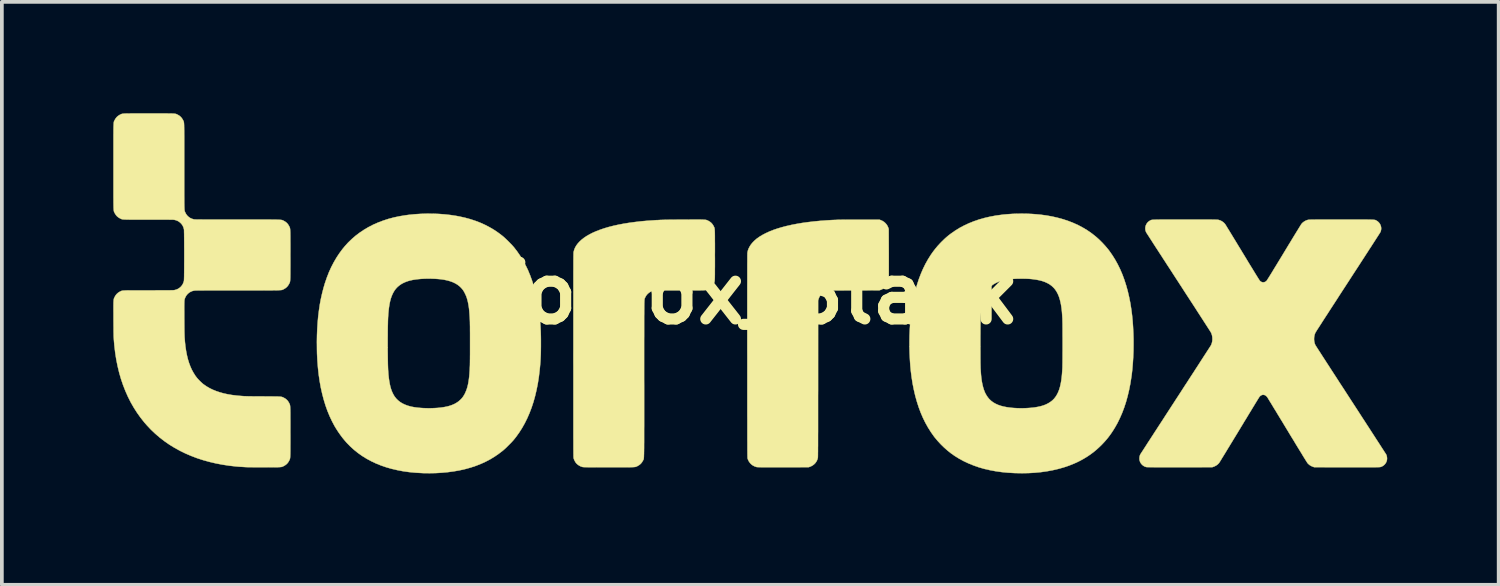
<source format=kicad_pcb>
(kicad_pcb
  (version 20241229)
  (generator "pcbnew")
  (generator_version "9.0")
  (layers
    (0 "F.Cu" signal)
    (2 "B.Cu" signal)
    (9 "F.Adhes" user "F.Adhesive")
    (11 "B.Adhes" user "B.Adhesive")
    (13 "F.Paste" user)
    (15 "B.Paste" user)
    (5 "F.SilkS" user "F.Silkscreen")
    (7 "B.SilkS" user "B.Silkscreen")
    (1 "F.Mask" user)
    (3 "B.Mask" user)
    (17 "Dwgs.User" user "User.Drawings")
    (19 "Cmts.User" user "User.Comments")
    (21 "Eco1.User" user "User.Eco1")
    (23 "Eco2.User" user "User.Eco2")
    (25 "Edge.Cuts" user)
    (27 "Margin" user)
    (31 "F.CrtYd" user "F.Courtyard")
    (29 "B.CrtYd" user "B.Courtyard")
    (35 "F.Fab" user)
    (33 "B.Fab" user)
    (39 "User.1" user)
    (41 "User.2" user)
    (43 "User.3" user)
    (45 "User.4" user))
  (footprint "Torrox_Black"
    (layer "F.Cu")
    (at 17.15 4.848)
    (property "Reference" "Torrox_Black" (at 0 0 0) (layer "F.SilkS") (effects (font (size 1.524 1.524) (thickness 0.3))))
    (attr through_hole)
    (fp_poly (pts (xy 3.512 -1.971) (xy 3.559 -1.95) (xy 3.603 -1.922) (xy 3.641 -1.888) (xy 3.674 -1.849) (xy 3.7 -1.805) (xy 3.716 -1.766) (xy 3.727 -1.734) (xy 3.73 -1.065) (xy 3.73 -0.99) (xy 3.73 -0.916) (xy 3.73 -0.846) (xy 3.73 -0.778) (xy 3.73 -0.713) (xy 3.73 -0.653) (xy 3.73 -0.597) (xy 3.73 -0.546) (xy 3.73 -0.5) (xy 3.73 -0.46) (xy 3.73 -0.426) (xy 3.729 -0.399) (xy 3.729 -0.379) (xy 3.729 -0.367) (xy 3.729 -0.364) (xy 3.72 -0.315) (xy 3.703 -0.268) (xy 3.679 -0.224) (xy 3.646 -0.183) (xy 3.637 -0.173) (xy 3.598 -0.14) (xy 3.555 -0.113) (xy 3.512 -0.094) (xy 3.478 -0.083) (xy 2.786 -0.08) (xy 2.695 -0.08) (xy 2.613 -0.08) (xy 2.538 -0.08) (xy 2.471 -0.079) (xy 2.411 -0.079) (xy 2.356 -0.079) (xy 2.308 -0.079) (xy 2.266 -0.078) (xy 2.229 -0.078) (xy 2.197 -0.077) (xy 2.169 -0.077) (xy 2.145 -0.076) (xy 2.124 -0.075) (xy 2.107 -0.074) (xy 2.093 -0.073) (xy 2.081 -0.072) (xy 2.071 -0.071) (xy 2.063 -0.069) (xy 2.056 -0.067) (xy 2.049 -0.065) (xy 2.043 -0.063) (xy 2.037 -0.061) (xy 2.03 -0.058) (xy 2.023 -0.055) (xy 1.98 -0.034) (xy 1.941 -0.005) (xy 1.906 0.029) (xy 1.877 0.07) (xy 1.853 0.114) (xy 1.836 0.16) (xy 1.827 0.193) (xy 1.826 2.299) (xy 1.826 2.459) (xy 1.826 2.612) (xy 1.825 2.756) (xy 1.825 2.893) (xy 1.825 3.022) (xy 1.825 3.143) (xy 1.825 3.258) (xy 1.825 3.365) (xy 1.825 3.466) (xy 1.825 3.56) (xy 1.825 3.648) (xy 1.825 3.73) (xy 1.824 3.806) (xy 1.824 3.876) (xy 1.824 3.941) (xy 1.824 4.001) (xy 1.824 4.056) (xy 1.824 4.106) (xy 1.823 4.151) (xy 1.823 4.192) (xy 1.823 4.229) (xy 1.823 4.262) (xy 1.822 4.292) (xy 1.822 4.318) (xy 1.822 4.34) (xy 1.822 4.36) (xy 1.821 4.377) (xy 1.821 4.391) (xy 1.821 4.403) (xy 1.82 4.412) (xy 1.82 4.42) (xy 1.819 4.426) (xy 1.819 4.431) (xy 1.818 4.434) (xy 1.818 4.434) (xy 1.803 4.483) (xy 1.781 4.528) (xy 1.752 4.569) (xy 1.716 4.605) (xy 1.676 4.635) (xy 1.63 4.659) (xy 1.607 4.668) (xy 1.573 4.68) (xy 0.883 4.681) (xy 0.793 4.681) (xy 0.712 4.681) (xy 0.638 4.681) (xy 0.571 4.681) (xy 0.512 4.681) (xy 0.458 4.681) (xy 0.411 4.681) (xy 0.37 4.681) (xy 0.333 4.681) (xy 0.302 4.681) (xy 0.275 4.68) (xy 0.252 4.68) (xy 0.233 4.68) (xy 0.217 4.679) (xy 0.204 4.679) (xy 0.193 4.678) (xy 0.185 4.678) (xy 0.178 4.677) (xy 0.172 4.676) (xy 0.167 4.675) (xy 0.163 4.674) (xy 0.161 4.673) (xy 0.112 4.656) (xy 0.067 4.632) (xy 0.027 4.602) (xy -0.008 4.565) (xy -0.038 4.523) (xy -0.061 4.476) (xy -0.071 4.447) (xy -0.071 4.445) (xy -0.072 4.443) (xy -0.072 4.44) (xy -0.072 4.436) (xy -0.073 4.431) (xy -0.073 4.425) (xy -0.074 4.417) (xy -0.074 4.408) (xy -0.074 4.397) (xy -0.075 4.383) (xy -0.075 4.368) (xy -0.075 4.35) (xy -0.076 4.33) (xy -0.076 4.307) (xy -0.076 4.28) (xy -0.076 4.251) (xy -0.077 4.218) (xy -0.077 4.182) (xy -0.077 4.142) (xy -0.077 4.098) (xy -0.077 4.05) (xy -0.077 3.997) (xy -0.078 3.94) (xy -0.078 3.878) (xy -0.078 3.811) (xy -0.078 3.74) (xy -0.078 3.662) (xy -0.078 3.58) (xy -0.078 3.491) (xy -0.078 3.397) (xy -0.079 3.297) (xy -0.079 3.19) (xy -0.079 3.077) (xy -0.079 2.957) (xy -0.079 2.83) (xy -0.079 2.697) (xy -0.079 2.556) (xy -0.079 2.407) (xy -0.079 2.251) (xy -0.079 2.087) (xy -0.079 1.915) (xy -0.079 1.735) (xy -0.079 1.683) (xy -0.08 1.482) (xy -0.08 1.29) (xy -0.08 1.106) (xy -0.08 0.93) (xy -0.08 0.763) (xy -0.08 0.603) (xy -0.08 0.451) (xy -0.08 0.307) (xy -0.08 0.171) (xy -0.08 0.042) (xy -0.08 -0.079) (xy -0.08 -0.193) (xy -0.079 -0.3) (xy -0.079 -0.399) (xy -0.079 -0.491) (xy -0.079 -0.577) (xy -0.079 -0.655) (xy -0.079 -0.727) (xy -0.079 -0.791) (xy -0.078 -0.85) (xy -0.078 -0.901) (xy -0.078 -0.947) (xy -0.078 -0.986) (xy -0.078 -1.018) (xy -0.077 -1.045) (xy -0.077 -1.066) (xy -0.077 -1.08) (xy -0.076 -1.089) (xy -0.076 -1.092) (xy -0.065 -1.148) (xy -0.045 -1.204) (xy -0.017 -1.259) (xy 0.018 -1.313) (xy 0.061 -1.366) (xy 0.111 -1.417) (xy 0.167 -1.466) (xy 0.182 -1.478) (xy 0.255 -1.529) (xy 0.336 -1.577) (xy 0.425 -1.623) (xy 0.521 -1.667) (xy 0.625 -1.708) (xy 0.737 -1.746) (xy 0.856 -1.781) (xy 0.982 -1.814) (xy 1.115 -1.844) (xy 1.256 -1.871) (xy 1.403 -1.896) (xy 1.557 -1.917) (xy 1.718 -1.936) (xy 1.885 -1.952) (xy 2.059 -1.965) (xy 2.081 -1.966) (xy 2.121 -1.969) (xy 2.159 -1.971) (xy 2.194 -1.973) (xy 2.229 -1.975) (xy 2.263 -1.976) (xy 2.297 -1.977) (xy 2.331 -1.979) (xy 2.367 -1.98) (xy 2.405 -1.98) (xy 2.445 -1.981) (xy 2.489 -1.982) (xy 2.537 -1.982) (xy 2.589 -1.983) (xy 2.646 -1.983) (xy 2.709 -1.983) (xy 2.779 -1.983) (xy 2.856 -1.983) (xy 2.94 -1.983) (xy 2.944 -1.983) (xy 3.478 -1.983) (xy 3.512 -1.971)) (stroke (width 0.01) (type solid)) (fill yes) (layer "F.SilkS"))
    (fp_poly (pts (xy 7.457 -2.143) (xy 7.589 -2.137) (xy 7.718 -2.127) (xy 7.806 -2.119) (xy 7.97 -2.097) (xy 8.127 -2.069) (xy 8.279 -2.034) (xy 8.425 -1.994) (xy 8.566 -1.947) (xy 8.701 -1.894) (xy 8.831 -1.835) (xy 8.955 -1.769) (xy 9.075 -1.697) (xy 9.188 -1.618) (xy 9.201 -1.609) (xy 9.295 -1.535) (xy 9.387 -1.454) (xy 9.475 -1.367) (xy 9.559 -1.276) (xy 9.637 -1.183) (xy 9.663 -1.149) (xy 9.744 -1.034) (xy 9.82 -0.913) (xy 9.891 -0.786) (xy 9.956 -0.654) (xy 10.016 -0.515) (xy 10.07 -0.369) (xy 10.119 -0.218) (xy 10.163 -0.06) (xy 10.201 0.104) (xy 10.235 0.275) (xy 10.261 0.445) (xy 10.28 0.592) (xy 10.295 0.745) (xy 10.306 0.903) (xy 10.314 1.066) (xy 10.319 1.23) (xy 10.319 1.395) (xy 10.317 1.56) (xy 10.31 1.724) (xy 10.3 1.884) (xy 10.287 2.04) (xy 10.27 2.19) (xy 10.261 2.252) (xy 10.233 2.43) (xy 10.199 2.602) (xy 10.16 2.767) (xy 10.116 2.926) (xy 10.066 3.078) (xy 10.011 3.223) (xy 9.95 3.362) (xy 9.885 3.495) (xy 9.813 3.622) (xy 9.738 3.74) (xy 9.689 3.81) (xy 9.642 3.873) (xy 9.593 3.933) (xy 9.542 3.992) (xy 9.487 4.051) (xy 9.449 4.09) (xy 9.383 4.153) (xy 9.319 4.211) (xy 9.255 4.264) (xy 9.188 4.315) (xy 9.117 4.365) (xy 9.085 4.387) (xy 8.967 4.459) (xy 8.844 4.525) (xy 8.716 4.584) (xy 8.581 4.638) (xy 8.441 4.685) (xy 8.296 4.726) (xy 8.146 4.761) (xy 7.99 4.79) (xy 7.829 4.813) (xy 7.663 4.829) (xy 7.492 4.839) (xy 7.317 4.842) (xy 7.136 4.839) (xy 7.11 4.838) (xy 6.938 4.828) (xy 6.771 4.812) (xy 6.609 4.789) (xy 6.452 4.76) (xy 6.301 4.725) (xy 6.154 4.683) (xy 6.014 4.634) (xy 5.878 4.579) (xy 5.748 4.518) (xy 5.624 4.451) (xy 5.505 4.377) (xy 5.404 4.306) (xy 5.31 4.231) (xy 5.218 4.15) (xy 5.13 4.064) (xy 5.046 3.973) (xy 4.968 3.88) (xy 4.942 3.846) (xy 4.861 3.731) (xy 4.785 3.61) (xy 4.714 3.483) (xy 4.649 3.35) (xy 4.589 3.211) (xy 4.535 3.066) (xy 4.486 2.914) (xy 4.442 2.757) (xy 4.404 2.592) (xy 4.37 2.422) (xy 4.344 2.252) (xy 4.325 2.105) (xy 4.31 1.952) (xy 4.299 1.793) (xy 4.291 1.631) (xy 4.286 1.467) (xy 4.286 1.358) (xy 6.195 1.358) (xy 6.195 1.429) (xy 6.195 1.498) (xy 6.196 1.566) (xy 6.196 1.632) (xy 6.196 1.696) (xy 6.196 1.756) (xy 6.197 1.812) (xy 6.197 1.863) (xy 6.198 1.909) (xy 6.199 1.949) (xy 6.2 1.982) (xy 6.2 2.008) (xy 6.201 2.021) (xy 6.206 2.101) (xy 6.211 2.173) (xy 6.217 2.238) (xy 6.224 2.298) (xy 6.232 2.354) (xy 6.241 2.407) (xy 6.249 2.446) (xy 6.269 2.529) (xy 6.293 2.605) (xy 6.321 2.675) (xy 6.355 2.738) (xy 6.393 2.796) (xy 6.436 2.848) (xy 6.485 2.894) (xy 6.54 2.935) (xy 6.6 2.97) (xy 6.667 3.001) (xy 6.74 3.027) (xy 6.82 3.048) (xy 6.907 3.065) (xy 7.001 3.078) (xy 7.016 3.08) (xy 7.1 3.087) (xy 7.19 3.092) (xy 7.283 3.094) (xy 7.376 3.093) (xy 7.446 3.09) (xy 7.55 3.083) (xy 7.646 3.073) (xy 7.735 3.058) (xy 7.818 3.04) (xy 7.893 3.018) (xy 7.962 2.991) (xy 8.025 2.959) (xy 8.082 2.923) (xy 8.134 2.883) (xy 8.18 2.837) (xy 8.221 2.785) (xy 8.256 2.729) (xy 8.288 2.666) (xy 8.315 2.598) (xy 8.338 2.524) (xy 8.356 2.446) (xy 8.366 2.395) (xy 8.375 2.342) (xy 8.382 2.286) (xy 8.389 2.224) (xy 8.395 2.158) (xy 8.4 2.084) (xy 8.404 2.021) (xy 8.405 2.001) (xy 8.406 1.973) (xy 8.406 1.938) (xy 8.407 1.897) (xy 8.408 1.849) (xy 8.408 1.796) (xy 8.409 1.739) (xy 8.409 1.678) (xy 8.409 1.614) (xy 8.41 1.547) (xy 8.41 1.479) (xy 8.41 1.409) (xy 8.41 1.338) (xy 8.41 1.268) (xy 8.41 1.199) (xy 8.409 1.13) (xy 8.409 1.064) (xy 8.409 1.001) (xy 8.409 0.941) (xy 8.408 0.885) (xy 8.408 0.834) (xy 8.407 0.788) (xy 8.406 0.748) (xy 8.405 0.715) (xy 8.405 0.689) (xy 8.404 0.675) (xy 8.399 0.596) (xy 8.394 0.524) (xy 8.388 0.458) (xy 8.381 0.398) (xy 8.373 0.343) (xy 8.364 0.29) (xy 8.356 0.251) (xy 8.336 0.168) (xy 8.312 0.091) (xy 8.283 0.021) (xy 8.25 -0.042) (xy 8.212 -0.1) (xy 8.168 -0.152) (xy 8.119 -0.198) (xy 8.065 -0.239) (xy 8.004 -0.274) (xy 7.937 -0.305) (xy 7.864 -0.331) (xy 7.784 -0.352) (xy 7.697 -0.369) (xy 7.602 -0.382) (xy 7.595 -0.383) (xy 7.52 -0.39) (xy 7.442 -0.394) (xy 7.36 -0.396) (xy 7.276 -0.396) (xy 7.193 -0.395) (xy 7.111 -0.391) (xy 7.033 -0.385) (xy 6.96 -0.377) (xy 6.9 -0.368) (xy 6.813 -0.351) (xy 6.733 -0.329) (xy 6.66 -0.302) (xy 6.593 -0.27) (xy 6.532 -0.233) (xy 6.478 -0.191) (xy 6.429 -0.143) (xy 6.386 -0.089) (xy 6.348 -0.03) (xy 6.315 0.036) (xy 6.287 0.108) (xy 6.276 0.143) (xy 6.262 0.194) (xy 6.249 0.249) (xy 6.238 0.308) (xy 6.228 0.373) (xy 6.219 0.444) (xy 6.212 0.522) (xy 6.205 0.607) (xy 6.201 0.675) (xy 6.2 0.695) (xy 6.199 0.723) (xy 6.199 0.758) (xy 6.198 0.8) (xy 6.197 0.848) (xy 6.197 0.9) (xy 6.196 0.957) (xy 6.196 1.018) (xy 6.196 1.083) (xy 6.195 1.149) (xy 6.195 1.218) (xy 6.195 1.288) (xy 6.195 1.358) (xy 4.286 1.358) (xy 4.286 1.301) (xy 4.288 1.136) (xy 4.295 0.973) (xy 4.305 0.813) (xy 4.318 0.657) (xy 4.335 0.507) (xy 4.344 0.445) (xy 4.372 0.267) (xy 4.405 0.097) (xy 4.444 -0.067) (xy 4.488 -0.225) (xy 4.537 -0.376) (xy 4.592 -0.521) (xy 4.652 -0.66) (xy 4.717 -0.793) (xy 4.788 -0.919) (xy 4.861 -1.035) (xy 4.92 -1.119) (xy 4.98 -1.197) (xy 5.043 -1.273) (xy 5.112 -1.348) (xy 5.156 -1.393) (xy 5.203 -1.439) (xy 5.246 -1.48) (xy 5.288 -1.517) (xy 5.331 -1.553) (xy 5.376 -1.588) (xy 5.404 -1.609) (xy 5.517 -1.688) (xy 5.635 -1.761) (xy 5.759 -1.827) (xy 5.888 -1.887) (xy 6.023 -1.941) (xy 6.163 -1.989) (xy 6.309 -2.03) (xy 6.46 -2.065) (xy 6.617 -2.094) (xy 6.779 -2.116) (xy 6.799 -2.119) (xy 6.923 -2.13) (xy 7.053 -2.139) (xy 7.186 -2.144) (xy 7.322 -2.145) (xy 7.457 -2.143)) (stroke (width 0.01) (type solid)) (fill yes) (layer "F.SilkS"))
    (fp_poly (pts (xy -8.544 -2.144) (xy -8.383 -2.138) (xy -8.225 -2.126) (xy -8.071 -2.109) (xy -7.921 -2.086) (xy -7.835 -2.07) (xy -7.685 -2.037) (xy -7.542 -1.998) (xy -7.404 -1.953) (xy -7.271 -1.902) (xy -7.144 -1.845) (xy -7.021 -1.781) (xy -6.903 -1.712) (xy -6.789 -1.635) (xy -6.679 -1.552) (xy -6.661 -1.537) (xy -6.639 -1.519) (xy -6.613 -1.495) (xy -6.583 -1.467) (xy -6.551 -1.436) (xy -6.518 -1.404) (xy -6.485 -1.371) (xy -6.453 -1.338) (xy -6.423 -1.308) (xy -6.398 -1.28) (xy -6.377 -1.256) (xy -6.37 -1.249) (xy -6.282 -1.136) (xy -6.2 -1.018) (xy -6.123 -0.894) (xy -6.053 -0.764) (xy -5.987 -0.629) (xy -5.928 -0.487) (xy -5.874 -0.339) (xy -5.825 -0.185) (xy -5.782 -0.025) (xy -5.745 0.141) (xy -5.713 0.314) (xy -5.687 0.493) (xy -5.671 0.627) (xy -5.664 0.697) (xy -5.658 0.764) (xy -5.652 0.828) (xy -5.648 0.891) (xy -5.645 0.955) (xy -5.642 1.02) (xy -5.64 1.088) (xy -5.638 1.16) (xy -5.637 1.237) (xy -5.637 1.321) (xy -5.637 1.348) (xy -5.637 1.435) (xy -5.638 1.514) (xy -5.639 1.587) (xy -5.641 1.656) (xy -5.644 1.722) (xy -5.647 1.786) (xy -5.651 1.849) (xy -5.656 1.913) (xy -5.662 1.979) (xy -5.669 2.048) (xy -5.671 2.07) (xy -5.693 2.254) (xy -5.721 2.431) (xy -5.755 2.602) (xy -5.794 2.767) (xy -5.838 2.925) (xy -5.888 3.077) (xy -5.944 3.223) (xy -6.005 3.363) (xy -6.072 3.498) (xy -6.144 3.626) (xy -6.222 3.748) (xy -6.306 3.865) (xy -6.37 3.945) (xy -6.389 3.967) (xy -6.414 3.994) (xy -6.442 4.024) (xy -6.473 4.055) (xy -6.506 4.088) (xy -6.539 4.121) (xy -6.571 4.153) (xy -6.602 4.182) (xy -6.63 4.207) (xy -6.654 4.228) (xy -6.661 4.234) (xy -6.771 4.318) (xy -6.884 4.396) (xy -7.001 4.467) (xy -7.123 4.531) (xy -7.249 4.589) (xy -7.381 4.641) (xy -7.518 4.687) (xy -7.66 4.727) (xy -7.809 4.761) (xy -7.835 4.767) (xy -7.986 4.793) (xy -8.142 4.814) (xy -8.303 4.829) (xy -8.468 4.839) (xy -8.636 4.842) (xy -8.807 4.84) (xy -8.843 4.838) (xy -9.017 4.828) (xy -9.184 4.812) (xy -9.347 4.789) (xy -9.504 4.759) (xy -9.655 4.724) (xy -9.802 4.682) (xy -9.942 4.634) (xy -10.078 4.579) (xy -10.207 4.518) (xy -10.331 4.451) (xy -10.45 4.377) (xy -10.563 4.297) (xy -10.67 4.211) (xy -10.772 4.118) (xy -10.868 4.02) (xy -10.918 3.962) (xy -10.977 3.891) (xy -11.035 3.813) (xy -11.092 3.732) (xy -11.145 3.65) (xy -11.193 3.571) (xy -11.261 3.442) (xy -11.325 3.307) (xy -11.383 3.166) (xy -11.436 3.018) (xy -11.483 2.864) (xy -11.525 2.704) (xy -11.562 2.538) (xy -11.593 2.366) (xy -11.619 2.188) (xy -11.639 2.005) (xy -11.654 1.816) (xy -11.664 1.621) (xy -11.666 1.506) (xy -11.667 1.367) (xy -9.762 1.367) (xy -9.762 1.45) (xy -9.762 1.533) (xy -9.761 1.613) (xy -9.76 1.692) (xy -9.759 1.767) (xy -9.758 1.837) (xy -9.757 1.903) (xy -9.755 1.964) (xy -9.753 2.018) (xy -9.751 2.064) (xy -9.749 2.087) (xy -9.742 2.187) (xy -9.732 2.279) (xy -9.72 2.363) (xy -9.706 2.441) (xy -9.69 2.513) (xy -9.671 2.578) (xy -9.649 2.638) (xy -9.624 2.693) (xy -9.597 2.744) (xy -9.575 2.778) (xy -9.534 2.831) (xy -9.485 2.88) (xy -9.431 2.923) (xy -9.369 2.962) (xy -9.301 2.995) (xy -9.227 3.023) (xy -9.146 3.046) (xy -9.121 3.052) (xy -9.051 3.065) (xy -8.974 3.076) (xy -8.891 3.084) (xy -8.804 3.09) (xy -8.714 3.093) (xy -8.622 3.094) (xy -8.53 3.091) (xy -8.509 3.09) (xy -8.409 3.084) (xy -8.317 3.074) (xy -8.232 3.061) (xy -8.153 3.045) (xy -8.082 3.025) (xy -8.016 3.001) (xy -7.956 2.974) (xy -7.901 2.942) (xy -7.851 2.907) (xy -7.807 2.868) (xy -7.773 2.834) (xy -7.744 2.799) (xy -7.719 2.762) (xy -7.694 2.72) (xy -7.681 2.695) (xy -7.661 2.65) (xy -7.642 2.603) (xy -7.625 2.553) (xy -7.61 2.5) (xy -7.597 2.443) (xy -7.586 2.382) (xy -7.576 2.316) (xy -7.567 2.244) (xy -7.56 2.166) (xy -7.554 2.081) (xy -7.55 1.988) (xy -7.548 1.947) (xy -7.547 1.924) (xy -7.547 1.894) (xy -7.546 1.856) (xy -7.546 1.812) (xy -7.545 1.763) (xy -7.545 1.708) (xy -7.544 1.65) (xy -7.544 1.588) (xy -7.544 1.524) (xy -7.544 1.458) (xy -7.544 1.39) (xy -7.544 1.322) (xy -7.544 1.254) (xy -7.544 1.188) (xy -7.544 1.123) (xy -7.544 1.06) (xy -7.545 1.001) (xy -7.545 0.946) (xy -7.545 0.895) (xy -7.546 0.85) (xy -7.547 0.811) (xy -7.547 0.779) (xy -7.548 0.754) (xy -7.548 0.749) (xy -7.552 0.655) (xy -7.558 0.569) (xy -7.564 0.49) (xy -7.571 0.417) (xy -7.58 0.35) (xy -7.591 0.288) (xy -7.602 0.23) (xy -7.616 0.176) (xy -7.631 0.124) (xy -7.635 0.112) (xy -7.646 0.081) (xy -7.661 0.046) (xy -7.678 0.01) (xy -7.696 -0.026) (xy -7.714 -0.058) (xy -7.732 -0.085) (xy -7.74 -0.097) (xy -7.783 -0.148) (xy -7.831 -0.194) (xy -7.885 -0.235) (xy -7.944 -0.27) (xy -8.009 -0.301) (xy -8.081 -0.327) (xy -8.159 -0.349) (xy -8.245 -0.367) (xy -8.251 -0.368) (xy -8.326 -0.379) (xy -8.409 -0.387) (xy -8.496 -0.393) (xy -8.586 -0.396) (xy -8.677 -0.397) (xy -8.769 -0.395) (xy -8.859 -0.39) (xy -8.945 -0.382) (xy -8.996 -0.376) (xy -9.087 -0.362) (xy -9.172 -0.343) (xy -9.249 -0.319) (xy -9.32 -0.29) (xy -9.384 -0.257) (xy -9.442 -0.218) (xy -9.494 -0.175) (xy -9.506 -0.163) (xy -9.543 -0.123) (xy -9.576 -0.079) (xy -9.606 -0.03) (xy -9.633 0.023) (xy -9.657 0.08) (xy -9.679 0.144) (xy -9.697 0.213) (xy -9.713 0.288) (xy -9.726 0.37) (xy -9.737 0.46) (xy -9.746 0.556) (xy -9.749 0.61) (xy -9.752 0.652) (xy -9.754 0.702) (xy -9.756 0.758) (xy -9.757 0.821) (xy -9.759 0.889) (xy -9.76 0.962) (xy -9.761 1.039) (xy -9.761 1.118) (xy -9.762 1.2) (xy -9.762 1.283) (xy -9.762 1.367) (xy -11.667 1.367) (xy -11.668 1.315) (xy -11.665 1.131) (xy -11.658 0.954) (xy -11.647 0.782) (xy -11.632 0.617) (xy -11.612 0.457) (xy -11.589 0.302) (xy -11.561 0.151) (xy -11.528 0.004) (xy -11.491 -0.139) (xy -11.45 -0.279) (xy -11.448 -0.284) (xy -11.398 -0.429) (xy -11.343 -0.57) (xy -11.281 -0.706) (xy -11.213 -0.837) (xy -11.14 -0.962) (xy -11.061 -1.081) (xy -10.978 -1.193) (xy -10.918 -1.266) (xy -10.826 -1.368) (xy -10.727 -1.463) (xy -10.623 -1.553) (xy -10.513 -1.636) (xy -10.398 -1.713) (xy -10.277 -1.784) (xy -10.151 -1.849) (xy -10.019 -1.907) (xy -9.881 -1.959) (xy -9.739 -2.005) (xy -9.591 -2.044) (xy -9.438 -2.076) (xy -9.28 -2.102) (xy -9.19 -2.114) (xy -9.03 -2.13) (xy -8.869 -2.14) (xy -8.706 -2.145) (xy -8.544 -2.144)) (stroke (width 0.01) (type solid)) (fill yes) (layer "F.SilkS"))
    (fp_poly (pts (xy -1.397 -1.985) (xy -1.358 -1.985) (xy -1.323 -1.985) (xy -1.293 -1.984) (xy -1.267 -1.983) (xy -1.245 -1.982) (xy -1.227 -1.981) (xy -1.211 -1.98) (xy -1.198 -1.978) (xy -1.187 -1.976) (xy -1.177 -1.973) (xy -1.169 -1.971) (xy -1.161 -1.967) (xy -1.153 -1.964) (xy -1.145 -1.96) (xy -1.136 -1.955) (xy -1.132 -1.954) (xy -1.088 -1.928) (xy -1.05 -1.898) (xy -1.018 -1.862) (xy -0.991 -1.819) (xy -0.984 -1.806) (xy -0.98 -1.797) (xy -0.977 -1.79) (xy -0.973 -1.783) (xy -0.97 -1.776) (xy -0.967 -1.769) (xy -0.965 -1.761) (xy -0.963 -1.752) (xy -0.961 -1.742) (xy -0.959 -1.729) (xy -0.958 -1.714) (xy -0.957 -1.696) (xy -0.956 -1.676) (xy -0.955 -1.651) (xy -0.954 -1.623) (xy -0.954 -1.59) (xy -0.953 -1.552) (xy -0.953 -1.509) (xy -0.953 -1.461) (xy -0.953 -1.406) (xy -0.952 -1.345) (xy -0.952 -1.277) (xy -0.952 -1.202) (xy -0.952 -1.119) (xy -0.953 -1.033) (xy -0.952 -0.942) (xy -0.952 -0.86) (xy -0.952 -0.785) (xy -0.952 -0.718) (xy -0.953 -0.657) (xy -0.953 -0.603) (xy -0.953 -0.554) (xy -0.953 -0.512) (xy -0.954 -0.474) (xy -0.954 -0.442) (xy -0.955 -0.413) (xy -0.956 -0.389) (xy -0.957 -0.368) (xy -0.958 -0.351) (xy -0.959 -0.336) (xy -0.961 -0.324) (xy -0.963 -0.313) (xy -0.965 -0.304) (xy -0.968 -0.296) (xy -0.97 -0.289) (xy -0.973 -0.282) (xy -0.977 -0.276) (xy -0.98 -0.268) (xy -0.984 -0.26) (xy -1.01 -0.216) (xy -1.04 -0.178) (xy -1.076 -0.146) (xy -1.119 -0.119) (xy -1.132 -0.112) (xy -1.141 -0.108) (xy -1.148 -0.104) (xy -1.155 -0.101) (xy -1.162 -0.098) (xy -1.169 -0.095) (xy -1.177 -0.093) (xy -1.186 -0.091) (xy -1.197 -0.089) (xy -1.21 -0.087) (xy -1.225 -0.086) (xy -1.243 -0.084) (xy -1.264 -0.083) (xy -1.289 -0.083) (xy -1.317 -0.082) (xy -1.351 -0.081) (xy -1.389 -0.081) (xy -1.432 -0.081) (xy -1.481 -0.081) (xy -1.536 -0.08) (xy -1.598 -0.08) (xy -1.667 -0.08) (xy -1.743 -0.08) (xy -1.827 -0.08) (xy -1.894 -0.08) (xy -1.983 -0.08) (xy -2.064 -0.08) (xy -2.137 -0.08) (xy -2.203 -0.08) (xy -2.262 -0.08) (xy -2.315 -0.08) (xy -2.362 -0.08) (xy -2.403 -0.08) (xy -2.439 -0.079) (xy -2.47 -0.079) (xy -2.496 -0.079) (xy -2.518 -0.078) (xy -2.537 -0.078) (xy -2.553 -0.077) (xy -2.565 -0.077) (xy -2.575 -0.076) (xy -2.584 -0.075) (xy -2.59 -0.074) (xy -2.593 -0.074) (xy -2.643 -0.061) (xy -2.689 -0.041) (xy -2.731 -0.014) (xy -2.768 0.019) (xy -2.8 0.058) (xy -2.825 0.102) (xy -2.832 0.116) (xy -2.834 0.121) (xy -2.836 0.124) (xy -2.837 0.128) (xy -2.839 0.131) (xy -2.84 0.134) (xy -2.842 0.138) (xy -2.843 0.142) (xy -2.845 0.147) (xy -2.846 0.153) (xy -2.847 0.16) (xy -2.848 0.168) (xy -2.849 0.178) (xy -2.85 0.19) (xy -2.851 0.204) (xy -2.852 0.22) (xy -2.852 0.239) (xy -2.853 0.26) (xy -2.854 0.284) (xy -2.854 0.312) (xy -2.855 0.343) (xy -2.855 0.377) (xy -2.855 0.416) (xy -2.856 0.458) (xy -2.856 0.505) (xy -2.856 0.556) (xy -2.857 0.612) (xy -2.857 0.673) (xy -2.857 0.739) (xy -2.857 0.81) (xy -2.857 0.887) (xy -2.857 0.97) (xy -2.857 1.059) (xy -2.857 1.154) (xy -2.858 1.255) (xy -2.858 1.364) (xy -2.858 1.479) (xy -2.858 1.602) (xy -2.858 1.731) (xy -2.858 1.869) (xy -2.858 2.014) (xy -2.858 2.167) (xy -2.858 2.312) (xy -2.857 2.473) (xy -2.857 2.625) (xy -2.857 2.769) (xy -2.857 2.906) (xy -2.857 3.035) (xy -2.857 3.156) (xy -2.857 3.271) (xy -2.857 3.378) (xy -2.857 3.479) (xy -2.857 3.573) (xy -2.858 3.661) (xy -2.858 3.743) (xy -2.858 3.819) (xy -2.858 3.89) (xy -2.858 3.955) (xy -2.858 4.016) (xy -2.859 4.071) (xy -2.859 4.121) (xy -2.859 4.167) (xy -2.86 4.209) (xy -2.86 4.247) (xy -2.861 4.281) (xy -2.861 4.311) (xy -2.862 4.338) (xy -2.863 4.362) (xy -2.863 4.383) (xy -2.864 4.401) (xy -2.865 4.416) (xy -2.866 4.43) (xy -2.867 4.441) (xy -2.868 4.451) (xy -2.87 4.459) (xy -2.871 4.465) (xy -2.872 4.471) (xy -2.874 4.475) (xy -2.876 4.479) (xy -2.877 4.482) (xy -2.879 4.485) (xy -2.881 4.488) (xy -2.883 4.491) (xy -2.885 4.495) (xy -2.888 4.499) (xy -2.889 4.502) (xy -2.915 4.547) (xy -2.945 4.584) (xy -2.981 4.616) (xy -3.024 4.643) (xy -3.037 4.65) (xy -3.046 4.654) (xy -3.053 4.658) (xy -3.06 4.661) (xy -3.067 4.664) (xy -3.074 4.667) (xy -3.082 4.67) (xy -3.091 4.672) (xy -3.101 4.674) (xy -3.114 4.675) (xy -3.128 4.677) (xy -3.146 4.678) (xy -3.167 4.679) (xy -3.191 4.68) (xy -3.22 4.68) (xy -3.252 4.681) (xy -3.29 4.681) (xy -3.333 4.682) (xy -3.381 4.682) (xy -3.436 4.682) (xy -3.496 4.682) (xy -3.564 4.682) (xy -3.639 4.682) (xy -3.722 4.682) (xy -3.812 4.682) (xy -3.813 4.682) (xy -3.902 4.682) (xy -3.983 4.682) (xy -4.056 4.682) (xy -4.122 4.682) (xy -4.181 4.681) (xy -4.233 4.681) (xy -4.28 4.681) (xy -4.321 4.681) (xy -4.356 4.681) (xy -4.387 4.68) (xy -4.413 4.68) (xy -4.436 4.68) (xy -4.455 4.679) (xy -4.47 4.679) (xy -4.483 4.678) (xy -4.493 4.678) (xy -4.501 4.677) (xy -4.508 4.676) (xy -4.514 4.675) (xy -4.518 4.674) (xy -4.52 4.674) (xy -4.565 4.659) (xy -4.607 4.637) (xy -4.647 4.61) (xy -4.681 4.578) (xy -4.692 4.566) (xy -4.709 4.541) (xy -4.726 4.511) (xy -4.741 4.48) (xy -4.752 4.449) (xy -4.756 4.434) (xy -4.756 4.431) (xy -4.757 4.427) (xy -4.757 4.423) (xy -4.757 4.416) (xy -4.758 4.408) (xy -4.758 4.398) (xy -4.759 4.387) (xy -4.759 4.373) (xy -4.759 4.356) (xy -4.759 4.337) (xy -4.76 4.315) (xy -4.76 4.29) (xy -4.76 4.262) (xy -4.76 4.231) (xy -4.761 4.196) (xy -4.761 4.158) (xy -4.761 4.115) (xy -4.761 4.068) (xy -4.761 4.017) (xy -4.761 3.962) (xy -4.762 3.902) (xy -4.762 3.837) (xy -4.762 3.766) (xy -4.762 3.691) (xy -4.762 3.61) (xy -4.762 3.523) (xy -4.762 3.431) (xy -4.762 3.333) (xy -4.762 3.228) (xy -4.762 3.117) (xy -4.762 2.999) (xy -4.762 2.875) (xy -4.762 2.743) (xy -4.762 2.605) (xy -4.762 2.459) (xy -4.762 2.305) (xy -4.762 2.144) (xy -4.762 1.974) (xy -4.763 1.797) (xy -4.763 1.662) (xy -4.762 1.479) (xy -4.762 1.303) (xy -4.762 1.136) (xy -4.762 0.976) (xy -4.762 0.825) (xy -4.762 0.68) (xy -4.762 0.543) (xy -4.762 0.414) (xy -4.762 0.291) (xy -4.762 0.175) (xy -4.762 0.065) (xy -4.762 -0.038) (xy -4.762 -0.135) (xy -4.762 -0.226) (xy -4.762 -0.311) (xy -4.762 -0.391) (xy -4.762 -0.465) (xy -4.762 -0.534) (xy -4.762 -0.598) (xy -4.761 -0.657) (xy -4.761 -0.711) (xy -4.761 -0.761) (xy -4.761 -0.807) (xy -4.761 -0.849) (xy -4.761 -0.886) (xy -4.76 -0.92) (xy -4.76 -0.951) (xy -4.76 -0.978) (xy -4.76 -1.002) (xy -4.759 -1.023) (xy -4.759 -1.042) (xy -4.759 -1.057) (xy -4.758 -1.071) (xy -4.758 -1.082) (xy -4.758 -1.091) (xy -4.757 -1.099) (xy -4.757 -1.105) (xy -4.756 -1.109) (xy -4.756 -1.112) (xy -4.756 -1.113) (xy -4.74 -1.172) (xy -4.717 -1.229) (xy -4.685 -1.286) (xy -4.645 -1.34) (xy -4.597 -1.393) (xy -4.541 -1.445) (xy -4.478 -1.494) (xy -4.407 -1.542) (xy -4.328 -1.587) (xy -4.253 -1.626) (xy -4.154 -1.67) (xy -4.048 -1.711) (xy -3.934 -1.75) (xy -3.812 -1.786) (xy -3.683 -1.819) (xy -3.546 -1.849) (xy -3.403 -1.876) (xy -3.253 -1.9) (xy -3.096 -1.921) (xy -2.933 -1.94) (xy -2.763 -1.955) (xy -2.599 -1.966) (xy -2.561 -1.969) (xy -2.524 -1.971) (xy -2.49 -1.972) (xy -2.457 -1.974) (xy -2.425 -1.976) (xy -2.393 -1.977) (xy -2.36 -1.978) (xy -2.325 -1.979) (xy -2.289 -1.98) (xy -2.25 -1.981) (xy -2.208 -1.981) (xy -2.162 -1.982) (xy -2.111 -1.982) (xy -2.055 -1.983) (xy -1.993 -1.983) (xy -1.925 -1.984) (xy -1.849 -1.984) (xy -1.773 -1.984) (xy -1.692 -1.984) (xy -1.619 -1.985) (xy -1.553 -1.985) (xy -1.495 -1.985) (xy -1.443 -1.985) (xy -1.397 -1.985)) (stroke (width 0.01) (type solid)) (fill yes) (layer "F.SilkS"))
    (fp_poly (pts (xy 16.277 -1.985) (xy 16.348 -1.985) (xy 16.414 -1.985) (xy 16.473 -1.985) (xy 16.525 -1.985) (xy 16.573 -1.985) (xy 16.615 -1.985) (xy 16.652 -1.984) (xy 16.684 -1.984) (xy 16.712 -1.983) (xy 16.736 -1.983) (xy 16.757 -1.982) (xy 16.774 -1.981) (xy 16.789 -1.98) (xy 16.801 -1.979) (xy 16.811 -1.977) (xy 16.819 -1.976) (xy 16.826 -1.974) (xy 16.832 -1.973) (xy 16.837 -1.971) (xy 16.841 -1.968) (xy 16.846 -1.966) (xy 16.851 -1.963) (xy 16.855 -1.961) (xy 16.892 -1.938) (xy 16.923 -1.909) (xy 16.949 -1.876) (xy 16.968 -1.839) (xy 16.981 -1.8) (xy 16.987 -1.759) (xy 16.985 -1.717) (xy 16.976 -1.675) (xy 16.966 -1.65) (xy 16.963 -1.644) (xy 16.955 -1.633) (xy 16.944 -1.614) (xy 16.928 -1.589) (xy 16.908 -1.558) (xy 16.884 -1.521) (xy 16.857 -1.479) (xy 16.826 -1.431) (xy 16.792 -1.378) (xy 16.755 -1.321) (xy 16.715 -1.258) (xy 16.671 -1.192) (xy 16.626 -1.121) (xy 16.577 -1.046) (xy 16.527 -0.968) (xy 16.474 -0.887) (xy 16.419 -0.802) (xy 16.363 -0.715) (xy 16.304 -0.625) (xy 16.244 -0.533) (xy 16.183 -0.439) (xy 16.121 -0.343) (xy 16.095 -0.303) (xy 16.032 -0.206) (xy 15.97 -0.111) (xy 15.909 -0.017) (xy 15.85 0.074) (xy 15.793 0.163) (xy 15.737 0.249) (xy 15.683 0.332) (xy 15.631 0.412) (xy 15.582 0.488) (xy 15.535 0.561) (xy 15.49 0.63) (xy 15.448 0.695) (xy 15.409 0.755) (xy 15.374 0.811) (xy 15.341 0.861) (xy 15.312 0.907) (xy 15.286 0.946) (xy 15.264 0.981) (xy 15.246 1.009) (xy 15.233 1.031) (xy 15.223 1.046) (xy 15.218 1.055) (xy 15.217 1.056) (xy 15.198 1.102) (xy 15.186 1.151) (xy 15.18 1.202) (xy 15.18 1.254) (xy 15.186 1.305) (xy 15.198 1.353) (xy 15.215 1.394) (xy 15.218 1.399) (xy 15.226 1.411) (xy 15.238 1.43) (xy 15.254 1.455) (xy 15.274 1.486) (xy 15.298 1.524) (xy 15.326 1.567) (xy 15.357 1.615) (xy 15.391 1.668) (xy 15.429 1.727) (xy 15.47 1.79) (xy 15.513 1.857) (xy 15.56 1.929) (xy 15.609 2.005) (xy 15.66 2.084) (xy 15.714 2.167) (xy 15.77 2.253) (xy 15.828 2.343) (xy 15.887 2.435) (xy 15.949 2.529) (xy 16.012 2.626) (xy 16.076 2.725) (xy 16.141 2.825) (xy 16.171 2.872) (xy 16.237 2.973) (xy 16.302 3.073) (xy 16.365 3.17) (xy 16.427 3.266) (xy 16.487 3.359) (xy 16.546 3.449) (xy 16.602 3.536) (xy 16.657 3.62) (xy 16.709 3.701) (xy 16.759 3.778) (xy 16.807 3.852) (xy 16.851 3.921) (xy 16.893 3.985) (xy 16.932 4.045) (xy 16.968 4.101) (xy 17 4.151) (xy 17.029 4.196) (xy 17.055 4.235) (xy 17.076 4.269) (xy 17.094 4.296) (xy 17.108 4.317) (xy 17.117 4.332) (xy 17.122 4.34) (xy 17.123 4.342) (xy 17.135 4.373) (xy 17.142 4.408) (xy 17.145 4.446) (xy 17.142 4.482) (xy 17.139 4.502) (xy 17.124 4.543) (xy 17.102 4.581) (xy 17.074 4.614) (xy 17.041 4.641) (xy 17.003 4.663) (xy 16.965 4.676) (xy 16.961 4.676) (xy 16.956 4.677) (xy 16.949 4.678) (xy 16.94 4.678) (xy 16.929 4.679) (xy 16.915 4.679) (xy 16.898 4.68) (xy 16.877 4.68) (xy 16.853 4.68) (xy 16.825 4.681) (xy 16.792 4.681) (xy 16.754 4.681) (xy 16.711 4.681) (xy 16.663 4.681) (xy 16.609 4.681) (xy 16.549 4.681) (xy 16.482 4.681) (xy 16.409 4.681) (xy 16.328 4.681) (xy 16.24 4.681) (xy 16.144 4.681) (xy 16.061 4.681) (xy 15.183 4.68) (xy 15.149 4.668) (xy 15.102 4.648) (xy 15.059 4.622) (xy 15.022 4.59) (xy 15.002 4.568) (xy 14.998 4.562) (xy 14.99 4.549) (xy 14.978 4.53) (xy 14.962 4.505) (xy 14.942 4.473) (xy 14.919 4.436) (xy 14.893 4.394) (xy 14.864 4.346) (xy 14.833 4.294) (xy 14.798 4.238) (xy 14.761 4.178) (xy 14.722 4.114) (xy 14.681 4.047) (xy 14.639 3.976) (xy 14.594 3.903) (xy 14.548 3.828) (xy 14.501 3.75) (xy 14.457 3.677) (xy 14.409 3.598) (xy 14.362 3.52) (xy 14.317 3.445) (xy 14.272 3.373) (xy 14.23 3.303) (xy 14.189 3.236) (xy 14.151 3.172) (xy 14.114 3.113) (xy 14.08 3.057) (xy 14.049 3.005) (xy 14.021 2.959) (xy 13.995 2.917) (xy 13.973 2.881) (xy 13.954 2.85) (xy 13.939 2.825) (xy 13.928 2.807) (xy 13.92 2.795) (xy 13.917 2.791) (xy 13.892 2.764) (xy 13.865 2.745) (xy 13.836 2.734) (xy 13.807 2.731) (xy 13.778 2.736) (xy 13.75 2.749) (xy 13.723 2.77) (xy 13.706 2.791) (xy 13.702 2.796) (xy 13.694 2.808) (xy 13.683 2.827) (xy 13.667 2.852) (xy 13.648 2.883) (xy 13.626 2.919) (xy 13.6 2.961) (xy 13.572 3.008) (xy 13.54 3.06) (xy 13.506 3.116) (xy 13.47 3.176) (xy 13.431 3.239) (xy 13.39 3.307) (xy 13.348 3.377) (xy 13.303 3.449) (xy 13.258 3.525) (xy 13.211 3.602) (xy 13.166 3.677) (xy 13.118 3.756) (xy 13.071 3.833) (xy 13.025 3.908) (xy 12.981 3.981) (xy 12.938 4.051) (xy 12.897 4.119) (xy 12.858 4.182) (xy 12.822 4.242) (xy 12.788 4.298) (xy 12.756 4.35) (xy 12.727 4.397) (xy 12.701 4.439) (xy 12.679 4.476) (xy 12.66 4.507) (xy 12.644 4.532) (xy 12.632 4.551) (xy 12.624 4.563) (xy 12.621 4.568) (xy 12.587 4.603) (xy 12.547 4.633) (xy 12.502 4.657) (xy 12.474 4.668) (xy 12.44 4.68) (xy 11.559 4.681) (xy 11.456 4.681) (xy 11.361 4.681) (xy 11.273 4.681) (xy 11.194 4.681) (xy 11.121 4.681) (xy 11.055 4.681) (xy 10.996 4.681) (xy 10.942 4.681) (xy 10.895 4.681) (xy 10.853 4.68) (xy 10.816 4.68) (xy 10.784 4.68) (xy 10.756 4.68) (xy 10.733 4.679) (xy 10.713 4.679) (xy 10.697 4.679) (xy 10.684 4.678) (xy 10.673 4.678) (xy 10.665 4.677) (xy 10.66 4.676) (xy 10.656 4.676) (xy 10.655 4.675) (xy 10.614 4.66) (xy 10.577 4.638) (xy 10.545 4.61) (xy 10.517 4.576) (xy 10.496 4.538) (xy 10.484 4.502) (xy 10.478 4.468) (xy 10.478 4.43) (xy 10.483 4.393) (xy 10.492 4.359) (xy 10.5 4.342) (xy 10.502 4.337) (xy 10.51 4.325) (xy 10.521 4.307) (xy 10.537 4.282) (xy 10.557 4.252) (xy 10.581 4.215) (xy 10.608 4.173) (xy 10.639 4.125) (xy 10.673 4.072) (xy 10.71 4.014) (xy 10.751 3.952) (xy 10.794 3.885) (xy 10.841 3.813) (xy 10.889 3.738) (xy 10.941 3.659) (xy 10.994 3.576) (xy 11.05 3.491) (xy 11.108 3.402) (xy 11.167 3.31) (xy 11.228 3.216) (xy 11.291 3.119) (xy 11.355 3.02) (xy 11.42 2.92) (xy 11.451 2.872) (xy 11.517 2.771) (xy 11.582 2.671) (xy 11.645 2.573) (xy 11.707 2.477) (xy 11.768 2.384) (xy 11.826 2.294) (xy 11.883 2.206) (xy 11.938 2.122) (xy 11.99 2.041) (xy 12.041 1.963) (xy 12.088 1.89) (xy 12.133 1.82) (xy 12.175 1.755) (xy 12.214 1.694) (xy 12.25 1.639) (xy 12.283 1.588) (xy 12.312 1.543) (xy 12.338 1.503) (xy 12.36 1.469) (xy 12.378 1.441) (xy 12.392 1.419) (xy 12.401 1.404) (xy 12.407 1.395) (xy 12.407 1.394) (xy 12.425 1.349) (xy 12.437 1.301) (xy 12.443 1.25) (xy 12.442 1.198) (xy 12.436 1.146) (xy 12.423 1.097) (xy 12.406 1.056) (xy 12.402 1.05) (xy 12.394 1.037) (xy 12.382 1.018) (xy 12.366 0.992) (xy 12.345 0.96) (xy 12.321 0.923) (xy 12.293 0.879) (xy 12.262 0.831) (xy 12.227 0.777) (xy 12.19 0.719) (xy 12.149 0.656) (xy 12.106 0.589) (xy 12.059 0.517) (xy 12.011 0.442) (xy 11.96 0.363) (xy 11.907 0.281) (xy 11.852 0.197) (xy 11.795 0.109) (xy 11.736 0.019) (xy 11.676 -0.074) (xy 11.615 -0.169) (xy 11.552 -0.265) (xy 11.528 -0.303) (xy 11.465 -0.399) (xy 11.403 -0.495) (xy 11.343 -0.588) (xy 11.284 -0.679) (xy 11.226 -0.767) (xy 11.171 -0.853) (xy 11.117 -0.935) (xy 11.066 -1.015) (xy 11.016 -1.091) (xy 10.97 -1.163) (xy 10.925 -1.231) (xy 10.884 -1.295) (xy 10.845 -1.355) (xy 10.81 -1.41) (xy 10.778 -1.46) (xy 10.749 -1.504) (xy 10.724 -1.544) (xy 10.702 -1.577) (xy 10.685 -1.604) (xy 10.671 -1.626) (xy 10.662 -1.64) (xy 10.657 -1.648) (xy 10.657 -1.65) (xy 10.642 -1.69) (xy 10.636 -1.732) (xy 10.637 -1.774) (xy 10.645 -1.815) (xy 10.661 -1.853) (xy 10.682 -1.889) (xy 10.71 -1.921) (xy 10.744 -1.947) (xy 10.768 -1.961) (xy 10.773 -1.964) (xy 10.778 -1.967) (xy 10.782 -1.969) (xy 10.787 -1.971) (xy 10.792 -1.973) (xy 10.798 -1.975) (xy 10.805 -1.976) (xy 10.814 -1.978) (xy 10.824 -1.979) (xy 10.837 -1.98) (xy 10.852 -1.981) (xy 10.871 -1.982) (xy 10.892 -1.983) (xy 10.917 -1.983) (xy 10.946 -1.984) (xy 10.98 -1.984) (xy 11.018 -1.985) (xy 11.061 -1.985) (xy 11.11 -1.985) (xy 11.165 -1.985) (xy 11.225 -1.985) (xy 11.292 -1.985) (xy 11.366 -1.985) (xy 11.447 -1.985) (xy 11.535 -1.985) (xy 11.631 -1.985) (xy 11.708 -1.985) (xy 11.809 -1.985) (xy 11.901 -1.985) (xy 11.986 -1.985) (xy 12.064 -1.985) (xy 12.134 -1.985) (xy 12.198 -1.985) (xy 12.256 -1.985) (xy 12.307 -1.985) (xy 12.353 -1.985) (xy 12.394 -1.985) (xy 12.43 -1.985) (xy 12.461 -1.984) (xy 12.488 -1.984) (xy 12.511 -1.984) (xy 12.53 -1.983) (xy 12.547 -1.983) (xy 12.561 -1.982) (xy 12.572 -1.982) (xy 12.581 -1.981) (xy 12.589 -1.981) (xy 12.595 -1.98) (xy 12.6 -1.979) (xy 12.605 -1.978) (xy 12.609 -1.977) (xy 12.611 -1.977) (xy 12.654 -1.963) (xy 12.696 -1.942) (xy 12.735 -1.915) (xy 12.768 -1.884) (xy 12.78 -1.87) (xy 12.784 -1.864) (xy 12.793 -1.852) (xy 12.805 -1.832) (xy 12.821 -1.807) (xy 12.84 -1.775) (xy 12.863 -1.738) (xy 12.889 -1.696) (xy 12.917 -1.65) (xy 12.949 -1.598) (xy 12.982 -1.543) (xy 13.018 -1.484) (xy 13.056 -1.422) (xy 13.096 -1.356) (xy 13.137 -1.288) (xy 13.18 -1.218) (xy 13.224 -1.146) (xy 13.25 -1.102) (xy 13.309 -1.006) (xy 13.363 -0.917) (xy 13.412 -0.835) (xy 13.458 -0.76) (xy 13.5 -0.692) (xy 13.538 -0.63) (xy 13.572 -0.574) (xy 13.602 -0.525) (xy 13.629 -0.482) (xy 13.652 -0.444) (xy 13.672 -0.413) (xy 13.688 -0.387) (xy 13.701 -0.367) (xy 13.711 -0.352) (xy 13.718 -0.342) (xy 13.721 -0.338) (xy 13.747 -0.316) (xy 13.776 -0.302) (xy 13.805 -0.296) (xy 13.834 -0.299) (xy 13.863 -0.309) (xy 13.89 -0.327) (xy 13.901 -0.338) (xy 13.906 -0.343) (xy 13.913 -0.353) (xy 13.923 -0.369) (xy 13.936 -0.39) (xy 13.953 -0.416) (xy 13.973 -0.448) (xy 13.997 -0.486) (xy 14.024 -0.53) (xy 14.055 -0.58) (xy 14.089 -0.637) (xy 14.127 -0.699) (xy 14.17 -0.769) (xy 14.216 -0.845) (xy 14.266 -0.927) (xy 14.321 -1.017) (xy 14.372 -1.102) (xy 14.417 -1.176) (xy 14.46 -1.247) (xy 14.502 -1.317) (xy 14.543 -1.383) (xy 14.582 -1.448) (xy 14.619 -1.509) (xy 14.654 -1.566) (xy 14.687 -1.62) (xy 14.717 -1.669) (xy 14.745 -1.714) (xy 14.769 -1.754) (xy 14.791 -1.789) (xy 14.809 -1.818) (xy 14.823 -1.841) (xy 14.834 -1.858) (xy 14.84 -1.868) (xy 14.842 -1.87) (xy 14.873 -1.903) (xy 14.91 -1.931) (xy 14.951 -1.955) (xy 14.994 -1.972) (xy 15.012 -1.977) (xy 15.016 -1.978) (xy 15.021 -1.979) (xy 15.025 -1.98) (xy 15.031 -1.98) (xy 15.038 -1.981) (xy 15.047 -1.982) (xy 15.057 -1.982) (xy 15.07 -1.983) (xy 15.085 -1.983) (xy 15.104 -1.984) (xy 15.125 -1.984) (xy 15.151 -1.984) (xy 15.18 -1.984) (xy 15.214 -1.985) (xy 15.253 -1.985) (xy 15.297 -1.985) (xy 15.346 -1.985) (xy 15.401 -1.985) (xy 15.462 -1.985) (xy 15.53 -1.985) (xy 15.605 -1.985) (xy 15.687 -1.985) (xy 15.776 -1.985) (xy 15.874 -1.985) (xy 15.915 -1.985) (xy 16.017 -1.985) (xy 16.111 -1.985) (xy 16.198 -1.985) (xy 16.277 -1.985)) (stroke (width 0.01) (type solid)) (fill yes) (layer "F.SilkS"))
    (fp_poly (pts (xy -15.877 -4.843) (xy -15.817 -4.843) (xy -15.762 -4.843) (xy -15.714 -4.843) (xy -15.671 -4.842) (xy -15.634 -4.842) (xy -15.601 -4.841) (xy -15.573 -4.841) (xy -15.549 -4.84) (xy -15.528 -4.839) (xy -15.51 -4.838) (xy -15.496 -4.836) (xy -15.483 -4.834) (xy -15.473 -4.833) (xy -15.464 -4.83) (xy -15.456 -4.828) (xy -15.449 -4.825) (xy -15.442 -4.822) (xy -15.435 -4.819) (xy -15.428 -4.815) (xy -15.42 -4.811) (xy -15.375 -4.786) (xy -15.338 -4.755) (xy -15.306 -4.719) (xy -15.279 -4.677) (xy -15.272 -4.663) (xy -15.269 -4.657) (xy -15.266 -4.651) (xy -15.263 -4.646) (xy -15.26 -4.641) (xy -15.258 -4.636) (xy -15.256 -4.631) (xy -15.254 -4.625) (xy -15.252 -4.618) (xy -15.25 -4.609) (xy -15.249 -4.599) (xy -15.247 -4.587) (xy -15.246 -4.573) (xy -15.245 -4.556) (xy -15.244 -4.536) (xy -15.243 -4.513) (xy -15.243 -4.487) (xy -15.242 -4.456) (xy -15.242 -4.422) (xy -15.241 -4.384) (xy -15.241 -4.34) (xy -15.241 -4.292) (xy -15.24 -4.238) (xy -15.24 -4.179) (xy -15.24 -4.114) (xy -15.24 -4.042) (xy -15.24 -3.965) (xy -15.24 -3.88) (xy -15.24 -3.788) (xy -15.24 -3.689) (xy -15.24 -3.581) (xy -15.24 -3.466) (xy -15.24 -3.426) (xy -15.24 -3.307) (xy -15.24 -3.197) (xy -15.24 -3.095) (xy -15.24 -3) (xy -15.24 -2.912) (xy -15.24 -2.832) (xy -15.24 -2.758) (xy -15.24 -2.69) (xy -15.24 -2.629) (xy -15.239 -2.573) (xy -15.239 -2.522) (xy -15.239 -2.477) (xy -15.239 -2.436) (xy -15.238 -2.4) (xy -15.238 -2.368) (xy -15.237 -2.34) (xy -15.236 -2.316) (xy -15.235 -2.295) (xy -15.235 -2.277) (xy -15.234 -2.261) (xy -15.232 -2.248) (xy -15.231 -2.237) (xy -15.23 -2.228) (xy -15.228 -2.22) (xy -15.227 -2.213) (xy -15.225 -2.207) (xy -15.223 -2.202) (xy -15.221 -2.197) (xy -15.218 -2.192) (xy -15.216 -2.186) (xy -15.214 -2.182) (xy -15.191 -2.137) (xy -15.161 -2.096) (xy -15.125 -2.061) (xy -15.085 -2.032) (xy -15.039 -2.01) (xy -14.991 -1.995) (xy -14.975 -1.992) (xy -14.971 -1.991) (xy -14.965 -1.991) (xy -14.957 -1.99) (xy -14.948 -1.99) (xy -14.936 -1.989) (xy -14.922 -1.989) (xy -14.905 -1.988) (xy -14.884 -1.988) (xy -14.861 -1.987) (xy -14.833 -1.987) (xy -14.802 -1.987) (xy -14.766 -1.987) (xy -14.725 -1.986) (xy -14.679 -1.986) (xy -14.629 -1.986) (xy -14.572 -1.986) (xy -14.51 -1.986) (xy -14.442 -1.986) (xy -14.367 -1.986) (xy -14.286 -1.986) (xy -14.197 -1.986) (xy -14.101 -1.985) (xy -13.997 -1.985) (xy -13.886 -1.985) (xy -13.8 -1.985) (xy -13.682 -1.985) (xy -13.572 -1.985) (xy -13.47 -1.985) (xy -13.376 -1.985) (xy -13.289 -1.985) (xy -13.209 -1.985) (xy -13.135 -1.985) (xy -13.068 -1.985) (xy -13.006 -1.985) (xy -12.951 -1.985) (xy -12.901 -1.985) (xy -12.856 -1.984) (xy -12.816 -1.984) (xy -12.78 -1.984) (xy -12.749 -1.983) (xy -12.721 -1.982) (xy -12.697 -1.981) (xy -12.676 -1.981) (xy -12.658 -1.98) (xy -12.643 -1.978) (xy -12.63 -1.977) (xy -12.62 -1.976) (xy -12.611 -1.974) (xy -12.603 -1.972) (xy -12.597 -1.97) (xy -12.591 -1.968) (xy -12.586 -1.966) (xy -12.581 -1.963) (xy -12.576 -1.961) (xy -12.571 -1.958) (xy -12.565 -1.955) (xy -12.562 -1.954) (xy -12.518 -1.928) (xy -12.48 -1.898) (xy -12.448 -1.862) (xy -12.421 -1.819) (xy -12.414 -1.806) (xy -12.41 -1.797) (xy -12.407 -1.79) (xy -12.403 -1.783) (xy -12.4 -1.776) (xy -12.397 -1.769) (xy -12.395 -1.761) (xy -12.393 -1.752) (xy -12.391 -1.742) (xy -12.389 -1.729) (xy -12.388 -1.714) (xy -12.387 -1.696) (xy -12.386 -1.676) (xy -12.385 -1.651) (xy -12.384 -1.623) (xy -12.384 -1.59) (xy -12.383 -1.552) (xy -12.383 -1.509) (xy -12.383 -1.461) (xy -12.383 -1.406) (xy -12.382 -1.345) (xy -12.382 -1.277) (xy -12.382 -1.202) (xy -12.382 -1.119) (xy -12.383 -1.033) (xy -12.382 -0.942) (xy -12.382 -0.86) (xy -12.382 -0.785) (xy -12.382 -0.718) (xy -12.383 -0.657) (xy -12.383 -0.603) (xy -12.383 -0.554) (xy -12.383 -0.512) (xy -12.384 -0.474) (xy -12.384 -0.442) (xy -12.385 -0.413) (xy -12.386 -0.389) (xy -12.387 -0.368) (xy -12.388 -0.351) (xy -12.389 -0.336) (xy -12.391 -0.324) (xy -12.393 -0.313) (xy -12.395 -0.304) (xy -12.398 -0.296) (xy -12.4 -0.289) (xy -12.403 -0.282) (xy -12.407 -0.276) (xy -12.41 -0.268) (xy -12.414 -0.26) (xy -12.44 -0.216) (xy -12.47 -0.178) (xy -12.506 -0.146) (xy -12.549 -0.119) (xy -12.562 -0.112) (xy -12.569 -0.109) (xy -12.574 -0.106) (xy -12.579 -0.103) (xy -12.584 -0.101) (xy -12.589 -0.098) (xy -12.595 -0.096) (xy -12.601 -0.094) (xy -12.608 -0.092) (xy -12.616 -0.091) (xy -12.627 -0.089) (xy -12.639 -0.088) (xy -12.653 -0.087) (xy -12.67 -0.086) (xy -12.69 -0.085) (xy -12.712 -0.084) (xy -12.739 -0.083) (xy -12.769 -0.083) (xy -12.803 -0.082) (xy -12.842 -0.082) (xy -12.885 -0.081) (xy -12.934 -0.081) (xy -12.987 -0.081) (xy -13.046 -0.081) (xy -13.112 -0.08) (xy -13.183 -0.08) (xy -13.261 -0.08) (xy -13.346 -0.08) (xy -13.438 -0.08) (xy -13.537 -0.08) (xy -13.644 -0.08) (xy -13.759 -0.08) (xy -13.8 -0.08) (xy -13.917 -0.08) (xy -14.027 -0.08) (xy -14.128 -0.08) (xy -14.222 -0.08) (xy -14.309 -0.08) (xy -14.388 -0.08) (xy -14.461 -0.08) (xy -14.528 -0.08) (xy -14.588 -0.08) (xy -14.643 -0.08) (xy -14.693 -0.08) (xy -14.737 -0.079) (xy -14.776 -0.079) (xy -14.811 -0.079) (xy -14.841 -0.079) (xy -14.868 -0.078) (xy -14.89 -0.078) (xy -14.91 -0.078) (xy -14.926 -0.077) (xy -14.94 -0.077) (xy -14.951 -0.076) (xy -14.96 -0.076) (xy -14.967 -0.075) (xy -14.972 -0.074) (xy -14.975 -0.074) (xy -15.025 -0.061) (xy -15.071 -0.041) (xy -15.114 -0.014) (xy -15.151 0.019) (xy -15.183 0.058) (xy -15.208 0.102) (xy -15.214 0.116) (xy -15.218 0.126) (xy -15.222 0.136) (xy -15.225 0.145) (xy -15.228 0.154) (xy -15.231 0.165) (xy -15.233 0.177) (xy -15.235 0.191) (xy -15.236 0.207) (xy -15.237 0.227) (xy -15.238 0.25) (xy -15.239 0.277) (xy -15.239 0.309) (xy -15.24 0.345) (xy -15.24 0.387) (xy -15.24 0.436) (xy -15.239 0.491) (xy -15.239 0.553) (xy -15.239 0.623) (xy -15.239 0.663) (xy -15.238 0.738) (xy -15.238 0.805) (xy -15.237 0.866) (xy -15.237 0.92) (xy -15.236 0.968) (xy -15.236 1.011) (xy -15.235 1.05) (xy -15.234 1.085) (xy -15.233 1.116) (xy -15.232 1.146) (xy -15.231 1.173) (xy -15.229 1.2) (xy -15.227 1.226) (xy -15.225 1.252) (xy -15.223 1.28) (xy -15.221 1.308) (xy -15.207 1.435) (xy -15.189 1.555) (xy -15.167 1.668) (xy -15.141 1.775) (xy -15.11 1.875) (xy -15.075 1.969) (xy -15.035 2.058) (xy -14.99 2.14) (xy -14.941 2.218) (xy -14.916 2.251) (xy -14.895 2.278) (xy -14.869 2.308) (xy -14.839 2.34) (xy -14.807 2.372) (xy -14.775 2.402) (xy -14.745 2.429) (xy -14.718 2.451) (xy -14.714 2.453) (xy -14.639 2.505) (xy -14.559 2.552) (xy -14.473 2.594) (xy -14.382 2.631) (xy -14.284 2.664) (xy -14.181 2.693) (xy -14.071 2.717) (xy -13.954 2.737) (xy -13.83 2.752) (xy -13.771 2.758) (xy -13.743 2.76) (xy -13.716 2.762) (xy -13.69 2.764) (xy -13.664 2.766) (xy -13.638 2.768) (xy -13.611 2.769) (xy -13.583 2.77) (xy -13.552 2.771) (xy -13.518 2.772) (xy -13.481 2.773) (xy -13.439 2.773) (xy -13.392 2.774) (xy -13.34 2.774) (xy -13.281 2.775) (xy -13.216 2.775) (xy -13.143 2.775) (xy -13.113 2.775) (xy -13.039 2.776) (xy -12.972 2.776) (xy -12.913 2.776) (xy -12.861 2.777) (xy -12.816 2.777) (xy -12.776 2.778) (xy -12.742 2.778) (xy -12.713 2.779) (xy -12.688 2.78) (xy -12.667 2.781) (xy -12.649 2.783) (xy -12.634 2.784) (xy -12.621 2.787) (xy -12.61 2.789) (xy -12.601 2.792) (xy -12.592 2.795) (xy -12.584 2.799) (xy -12.575 2.803) (xy -12.565 2.807) (xy -12.562 2.809) (xy -12.518 2.834) (xy -12.48 2.865) (xy -12.448 2.901) (xy -12.421 2.943) (xy -12.414 2.957) (xy -12.41 2.965) (xy -12.407 2.973) (xy -12.403 2.979) (xy -12.4 2.986) (xy -12.397 2.993) (xy -12.395 3.001) (xy -12.393 3.01) (xy -12.391 3.021) (xy -12.389 3.033) (xy -12.388 3.048) (xy -12.387 3.066) (xy -12.386 3.087) (xy -12.385 3.111) (xy -12.384 3.14) (xy -12.384 3.173) (xy -12.383 3.21) (xy -12.383 3.253) (xy -12.383 3.302) (xy -12.383 3.357) (xy -12.382 3.418) (xy -12.382 3.486) (xy -12.382 3.561) (xy -12.382 3.644) (xy -12.383 3.73) (xy -12.382 3.82) (xy -12.382 3.903) (xy -12.382 3.977) (xy -12.382 4.045) (xy -12.383 4.106) (xy -12.383 4.16) (xy -12.383 4.208) (xy -12.383 4.251) (xy -12.384 4.288) (xy -12.384 4.321) (xy -12.385 4.349) (xy -12.386 4.373) (xy -12.387 4.394) (xy -12.388 4.412) (xy -12.389 4.426) (xy -12.391 4.439) (xy -12.393 4.449) (xy -12.395 4.458) (xy -12.398 4.466) (xy -12.4 4.473) (xy -12.403 4.48) (xy -12.407 4.487) (xy -12.41 4.494) (xy -12.414 4.502) (xy -12.44 4.547) (xy -12.47 4.584) (xy -12.506 4.616) (xy -12.549 4.643) (xy -12.562 4.65) (xy -12.573 4.655) (xy -12.582 4.66) (xy -12.59 4.664) (xy -12.599 4.667) (xy -12.608 4.67) (xy -12.619 4.673) (xy -12.631 4.675) (xy -12.645 4.676) (xy -12.662 4.678) (xy -12.682 4.679) (xy -12.705 4.68) (xy -12.733 4.681) (xy -12.766 4.681) (xy -12.804 4.681) (xy -12.848 4.682) (xy -12.898 4.682) (xy -12.955 4.682) (xy -13.019 4.681) (xy -13.091 4.681) (xy -13.095 4.681) (xy -13.155 4.681) (xy -13.213 4.681) (xy -13.269 4.681) (xy -13.321 4.681) (xy -13.37 4.681) (xy -13.414 4.68) (xy -13.453 4.68) (xy -13.486 4.68) (xy -13.514 4.68) (xy -13.534 4.68) (xy -13.547 4.679) (xy -13.551 4.679) (xy -13.601 4.677) (xy -13.643 4.674) (xy -13.68 4.672) (xy -13.711 4.67) (xy -13.739 4.669) (xy -13.764 4.667) (xy -13.787 4.665) (xy -13.81 4.663) (xy -13.835 4.661) (xy -13.837 4.661) (xy -14.025 4.64) (xy -14.208 4.612) (xy -14.387 4.578) (xy -14.561 4.537) (xy -14.731 4.49) (xy -14.895 4.437) (xy -15.054 4.376) (xy -15.208 4.31) (xy -15.357 4.237) (xy -15.501 4.158) (xy -15.639 4.073) (xy -15.772 3.981) (xy -15.899 3.883) (xy -16.02 3.779) (xy -16.136 3.669) (xy -16.245 3.553) (xy -16.313 3.476) (xy -16.414 3.348) (xy -16.509 3.215) (xy -16.598 3.076) (xy -16.68 2.933) (xy -16.755 2.784) (xy -16.824 2.629) (xy -16.886 2.47) (xy -16.942 2.306) (xy -16.991 2.136) (xy -17.033 1.962) (xy -17.069 1.783) (xy -17.098 1.599) (xy -17.12 1.411) (xy -17.124 1.372) (xy -17.126 1.341) (xy -17.129 1.312) (xy -17.131 1.286) (xy -17.133 1.26) (xy -17.135 1.235) (xy -17.136 1.21) (xy -17.138 1.184) (xy -17.139 1.156) (xy -17.14 1.126) (xy -17.14 1.094) (xy -17.141 1.058) (xy -17.142 1.017) (xy -17.142 0.973) (xy -17.142 0.922) (xy -17.143 0.866) (xy -17.143 0.803) (xy -17.144 0.733) (xy -17.144 0.674) (xy -17.144 0.598) (xy -17.144 0.53) (xy -17.145 0.469) (xy -17.145 0.416) (xy -17.145 0.369) (xy -17.145 0.328) (xy -17.144 0.292) (xy -17.144 0.261) (xy -17.143 0.235) (xy -17.142 0.213) (xy -17.141 0.194) (xy -17.139 0.178) (xy -17.137 0.165) (xy -17.135 0.154) (xy -17.133 0.144) (xy -17.13 0.135) (xy -17.126 0.126) (xy -17.122 0.118) (xy -17.118 0.109) (xy -17.113 0.099) (xy -17.088 0.055) (xy -17.057 0.017) (xy -17.021 -0.015) (xy -16.979 -0.042) (xy -16.965 -0.049) (xy -16.957 -0.053) (xy -16.949 -0.056) (xy -16.942 -0.06) (xy -16.936 -0.063) (xy -16.928 -0.066) (xy -16.92 -0.068) (xy -16.911 -0.07) (xy -16.901 -0.072) (xy -16.888 -0.074) (xy -16.873 -0.075) (xy -16.855 -0.076) (xy -16.834 -0.077) (xy -16.809 -0.078) (xy -16.78 -0.079) (xy -16.747 -0.079) (xy -16.709 -0.08) (xy -16.665 -0.08) (xy -16.616 -0.08) (xy -16.561 -0.08) (xy -16.499 -0.08) (xy -16.431 -0.08) (xy -16.355 -0.08) (xy -16.271 -0.08) (xy -16.204 -0.08) (xy -16.115 -0.08) (xy -16.034 -0.08) (xy -15.96 -0.081) (xy -15.894 -0.081) (xy -15.835 -0.081) (xy -15.782 -0.081) (xy -15.736 -0.081) (xy -15.695 -0.081) (xy -15.659 -0.081) (xy -15.628 -0.082) (xy -15.602 -0.082) (xy -15.579 -0.083) (xy -15.56 -0.083) (xy -15.545 -0.084) (xy -15.532 -0.084) (xy -15.522 -0.085) (xy -15.514 -0.086) (xy -15.507 -0.086) (xy -15.505 -0.087) (xy -15.455 -0.1) (xy -15.409 -0.12) (xy -15.367 -0.147) (xy -15.33 -0.179) (xy -15.299 -0.217) (xy -15.274 -0.26) (xy -15.255 -0.307) (xy -15.246 -0.345) (xy -15.246 -0.355) (xy -15.245 -0.373) (xy -15.244 -0.398) (xy -15.243 -0.429) (xy -15.242 -0.467) (xy -15.242 -0.511) (xy -15.241 -0.559) (xy -15.241 -0.612) (xy -15.24 -0.669) (xy -15.24 -0.729) (xy -15.24 -0.792) (xy -15.239 -0.857) (xy -15.239 -0.923) (xy -15.239 -0.99) (xy -15.239 -1.058) (xy -15.239 -1.125) (xy -15.239 -1.192) (xy -15.24 -1.257) (xy -15.24 -1.321) (xy -15.24 -1.381) (xy -15.241 -1.439) (xy -15.241 -1.493) (xy -15.242 -1.543) (xy -15.242 -1.588) (xy -15.243 -1.627) (xy -15.244 -1.661) (xy -15.244 -1.687) (xy -15.245 -1.707) (xy -15.246 -1.719) (xy -15.246 -1.721) (xy -15.259 -1.771) (xy -15.279 -1.817) (xy -15.306 -1.859) (xy -15.339 -1.895) (xy -15.377 -1.927) (xy -15.42 -1.952) (xy -15.467 -1.97) (xy -15.505 -1.979) (xy -15.51 -1.98) (xy -15.518 -1.981) (xy -15.527 -1.981) (xy -15.538 -1.982) (xy -15.552 -1.983) (xy -15.569 -1.983) (xy -15.59 -1.984) (xy -15.614 -1.984) (xy -15.643 -1.984) (xy -15.676 -1.985) (xy -15.714 -1.985) (xy -15.758 -1.985) (xy -15.807 -1.985) (xy -15.863 -1.985) (xy -15.926 -1.985) (xy -15.995 -1.985) (xy -16.072 -1.985) (xy -16.157 -1.985) (xy -16.204 -1.985) (xy -16.294 -1.985) (xy -16.375 -1.985) (xy -16.449 -1.985) (xy -16.516 -1.985) (xy -16.576 -1.986) (xy -16.63 -1.986) (xy -16.677 -1.986) (xy -16.719 -1.986) (xy -16.756 -1.987) (xy -16.788 -1.987) (xy -16.816 -1.988) (xy -16.84 -1.989) (xy -16.86 -1.99) (xy -16.877 -1.991) (xy -16.891 -1.992) (xy -16.904 -1.994) (xy -16.914 -1.996) (xy -16.923 -1.998) (xy -16.93 -2.001) (xy -16.937 -2.004) (xy -16.944 -2.007) (xy -16.951 -2.01) (xy -16.959 -2.014) (xy -16.965 -2.017) (xy -17.01 -2.043) (xy -17.047 -2.073) (xy -17.079 -2.109) (xy -17.106 -2.152) (xy -17.113 -2.165) (xy -17.116 -2.172) (xy -17.119 -2.177) (xy -17.122 -2.182) (xy -17.125 -2.187) (xy -17.127 -2.192) (xy -17.129 -2.197) (xy -17.131 -2.203) (xy -17.133 -2.211) (xy -17.135 -2.219) (xy -17.136 -2.229) (xy -17.137 -2.241) (xy -17.139 -2.255) (xy -17.14 -2.272) (xy -17.141 -2.292) (xy -17.142 -2.314) (xy -17.142 -2.34) (xy -17.143 -2.37) (xy -17.143 -2.404) (xy -17.144 -2.443) (xy -17.144 -2.486) (xy -17.144 -2.534) (xy -17.145 -2.587) (xy -17.145 -2.646) (xy -17.145 -2.711) (xy -17.145 -2.782) (xy -17.145 -2.859) (xy -17.145 -2.943) (xy -17.145 -3.035) (xy -17.145 -3.133) (xy -17.145 -3.24) (xy -17.145 -3.354) (xy -17.145 -3.414) (xy -17.145 -3.533) (xy -17.145 -3.643) (xy -17.145 -3.746) (xy -17.145 -3.841) (xy -17.145 -3.928) (xy -17.145 -4.009) (xy -17.145 -4.083) (xy -17.145 -4.151) (xy -17.145 -4.213) (xy -17.145 -4.269) (xy -17.144 -4.319) (xy -17.144 -4.365) (xy -17.144 -4.405) (xy -17.143 -4.442) (xy -17.143 -4.474) (xy -17.142 -4.502) (xy -17.141 -4.526) (xy -17.14 -4.547) (xy -17.139 -4.565) (xy -17.138 -4.581) (xy -17.137 -4.594) (xy -17.135 -4.605) (xy -17.134 -4.614) (xy -17.132 -4.622) (xy -17.13 -4.628) (xy -17.128 -4.634) (xy -17.126 -4.639) (xy -17.123 -4.644) (xy -17.121 -4.649) (xy -17.118 -4.654) (xy -17.115 -4.66) (xy -17.113 -4.663) (xy -17.088 -4.707) (xy -17.057 -4.745) (xy -17.021 -4.777) (xy -16.979 -4.804) (xy -16.965 -4.811) (xy -16.957 -4.815) (xy -16.949 -4.819) (xy -16.943 -4.822) (xy -16.936 -4.825) (xy -16.929 -4.828) (xy -16.921 -4.83) (xy -16.912 -4.833) (xy -16.901 -4.835) (xy -16.889 -4.836) (xy -16.874 -4.838) (xy -16.856 -4.839) (xy -16.835 -4.84) (xy -16.811 -4.841) (xy -16.782 -4.841) (xy -16.749 -4.842) (xy -16.712 -4.842) (xy -16.669 -4.843) (xy -16.62 -4.843) (xy -16.566 -4.843) (xy -16.504 -4.843) (xy -16.437 -4.843) (xy -16.361 -4.843) (xy -16.279 -4.843) (xy -16.193 -4.843) (xy -16.102 -4.843) (xy -16.02 -4.843) (xy -15.945 -4.843) (xy -15.877 -4.843)) (stroke (width 0.01) (type solid)) (fill yes) (layer "F.SilkS")))
  (gr_rect
    (start -3 -3)
    (end 37.3 12.695)
    (stroke (width 0.1) (type default))
    (fill no)
    (layer "Edge.Cuts")))
</source>
